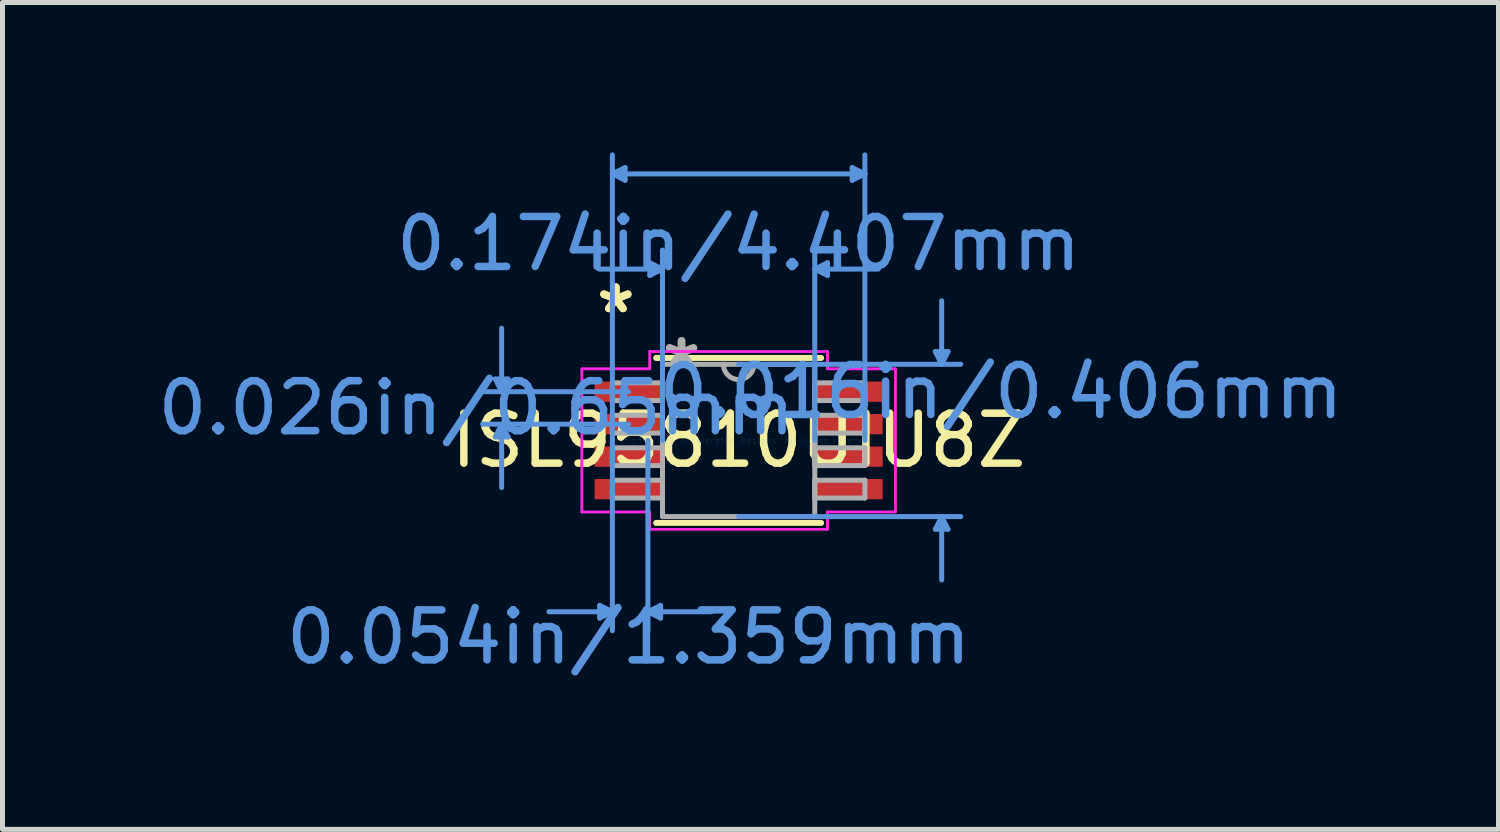
<source format=kicad_pcb>
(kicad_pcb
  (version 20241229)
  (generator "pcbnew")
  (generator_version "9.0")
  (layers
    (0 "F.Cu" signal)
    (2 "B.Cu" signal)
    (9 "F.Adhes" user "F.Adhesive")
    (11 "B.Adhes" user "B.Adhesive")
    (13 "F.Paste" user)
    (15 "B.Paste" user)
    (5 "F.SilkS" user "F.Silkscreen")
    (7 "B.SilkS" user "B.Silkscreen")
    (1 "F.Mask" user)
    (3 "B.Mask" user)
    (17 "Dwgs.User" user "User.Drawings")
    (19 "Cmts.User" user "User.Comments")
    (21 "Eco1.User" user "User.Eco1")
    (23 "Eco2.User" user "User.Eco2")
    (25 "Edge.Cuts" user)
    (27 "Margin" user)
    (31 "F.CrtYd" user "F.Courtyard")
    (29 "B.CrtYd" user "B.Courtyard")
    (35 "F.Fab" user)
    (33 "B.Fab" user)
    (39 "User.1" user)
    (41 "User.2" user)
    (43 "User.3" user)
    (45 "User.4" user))
  (footprint "ISL95810UIU8Z"
    (layer "F.Cu")
    (at 11.734 5.765)
    (property "Reference" "ISL95810UIU8Z" (at 0 0 0) (layer "F.SilkS") (effects (font (size 1 1) (thickness 0.15))))
    (attr through_hole)
    (fp_line (start -1.651 1.651) (end 1.651 1.651) (stroke (width 0.12) (type solid)) (layer "F.SilkS"))
    (fp_line (start 1.651 -1.651) (end -1.651 -1.651) (stroke (width 0.12) (type solid)) (layer "F.SilkS"))
    (fp_line (start -4.87 -1.229) (end -4.616 -1.229) (stroke (width 0.1) (type solid)) (layer "Cmts.User"))
    (fp_line (start -4.87 -0.071) (end -4.616 -0.071) (stroke (width 0.1) (type solid)) (layer "Cmts.User"))
    (fp_line (start -4.743 -0.975) (end -4.87 -1.229) (stroke (width 0.1) (type solid)) (layer "Cmts.User"))
    (fp_line (start -4.743 -0.975) (end -4.743 -2.245) (stroke (width 0.1) (type solid)) (layer "Cmts.User"))
    (fp_line (start -4.743 -0.975) (end -4.616 -1.229) (stroke (width 0.1) (type solid)) (layer "Cmts.User"))
    (fp_line (start -4.743 -0.325) (end -4.87 -0.071) (stroke (width 0.1) (type solid)) (layer "Cmts.User"))
    (fp_line (start -4.743 -0.325) (end -4.743 0.945) (stroke (width 0.1) (type solid)) (layer "Cmts.User"))
    (fp_line (start -4.743 -0.325) (end -4.616 -0.071) (stroke (width 0.1) (type solid)) (layer "Cmts.User"))
    (fp_line (start -2.781 3.302) (end -2.781 3.556) (stroke (width 0.1) (type solid)) (layer "Cmts.User"))
    (fp_line (start -2.527 -5.334) (end -2.273 -5.461) (stroke (width 0.1) (type solid)) (layer "Cmts.User"))
    (fp_line (start -2.527 -5.334) (end -2.273 -5.207) (stroke (width 0.1) (type solid)) (layer "Cmts.User"))
    (fp_line (start -2.527 -5.334) (end 2.527 -5.334) (stroke (width 0.1) (type solid)) (layer "Cmts.User"))
    (fp_line (start -2.527 0) (end -2.527 -5.715) (stroke (width 0.1) (type solid)) (layer "Cmts.User"))
    (fp_line (start -2.527 0) (end -2.527 3.81) (stroke (width 0.1) (type solid)) (layer "Cmts.User"))
    (fp_line (start -2.527 3.429) (end -3.797 3.429) (stroke (width 0.1) (type solid)) (layer "Cmts.User"))
    (fp_line (start -2.527 3.429) (end -2.781 3.302) (stroke (width 0.1) (type solid)) (layer "Cmts.User"))
    (fp_line (start -2.527 3.429) (end -2.781 3.556) (stroke (width 0.1) (type solid)) (layer "Cmts.User"))
    (fp_line (start -2.273 -5.461) (end -2.273 -5.207) (stroke (width 0.1) (type solid)) (layer "Cmts.User"))
    (fp_line (start -2.203 -0.975) (end -5.124 -0.975) (stroke (width 0.1) (type solid)) (layer "Cmts.User"))
    (fp_line (start -2.203 -0.325) (end -5.124 -0.325) (stroke (width 0.1) (type solid)) (layer "Cmts.User"))
    (fp_line (start -1.816 0) (end -1.816 3.81) (stroke (width 0.1) (type solid)) (layer "Cmts.User"))
    (fp_line (start -1.816 3.429) (end -1.562 3.302) (stroke (width 0.1) (type solid)) (layer "Cmts.User"))
    (fp_line (start -1.816 3.429) (end -1.562 3.556) (stroke (width 0.1) (type solid)) (layer "Cmts.User"))
    (fp_line (start -1.816 3.429) (end -0.546 3.429) (stroke (width 0.1) (type solid)) (layer "Cmts.User"))
    (fp_line (start -1.778 -3.556) (end -1.778 -3.302) (stroke (width 0.1) (type solid)) (layer "Cmts.User"))
    (fp_line (start -1.562 3.302) (end -1.562 3.556) (stroke (width 0.1) (type solid)) (layer "Cmts.User"))
    (fp_line (start -1.524 -3.429) (end -2.794 -3.429) (stroke (width 0.1) (type solid)) (layer "Cmts.User"))
    (fp_line (start -1.524 -3.429) (end -1.778 -3.556) (stroke (width 0.1) (type solid)) (layer "Cmts.User"))
    (fp_line (start -1.524 -3.429) (end -1.778 -3.302) (stroke (width 0.1) (type solid)) (layer "Cmts.User"))
    (fp_line (start -1.524 0) (end -1.524 -3.81) (stroke (width 0.1) (type solid)) (layer "Cmts.User"))
    (fp_line (start 0 -1.524) (end 4.445 -1.524) (stroke (width 0.1) (type solid)) (layer "Cmts.User"))
    (fp_line (start 0 1.524) (end 4.445 1.524) (stroke (width 0.1) (type solid)) (layer "Cmts.User"))
    (fp_line (start 1.524 -3.429) (end 1.778 -3.556) (stroke (width 0.1) (type solid)) (layer "Cmts.User"))
    (fp_line (start 1.524 -3.429) (end 1.778 -3.302) (stroke (width 0.1) (type solid)) (layer "Cmts.User"))
    (fp_line (start 1.524 -3.429) (end 2.794 -3.429) (stroke (width 0.1) (type solid)) (layer "Cmts.User"))
    (fp_line (start 1.524 0) (end 1.524 -3.81) (stroke (width 0.1) (type solid)) (layer "Cmts.User"))
    (fp_line (start 1.778 -3.556) (end 1.778 -3.302) (stroke (width 0.1) (type solid)) (layer "Cmts.User"))
    (fp_line (start 2.273 -5.461) (end 2.273 -5.207) (stroke (width 0.1) (type solid)) (layer "Cmts.User"))
    (fp_line (start 2.527 -5.334) (end 2.273 -5.461) (stroke (width 0.1) (type solid)) (layer "Cmts.User"))
    (fp_line (start 2.527 -5.334) (end 2.273 -5.207) (stroke (width 0.1) (type solid)) (layer "Cmts.User"))
    (fp_line (start 2.527 0) (end 2.527 -5.715) (stroke (width 0.1) (type solid)) (layer "Cmts.User"))
    (fp_line (start 3.937 -1.778) (end 4.191 -1.778) (stroke (width 0.1) (type solid)) (layer "Cmts.User"))
    (fp_line (start 3.937 1.778) (end 4.191 1.778) (stroke (width 0.1) (type solid)) (layer "Cmts.User"))
    (fp_line (start 4.064 -1.524) (end 3.937 -1.778) (stroke (width 0.1) (type solid)) (layer "Cmts.User"))
    (fp_line (start 4.064 -1.524) (end 4.064 -2.794) (stroke (width 0.1) (type solid)) (layer "Cmts.User"))
    (fp_line (start 4.064 -1.524) (end 4.191 -1.778) (stroke (width 0.1) (type solid)) (layer "Cmts.User"))
    (fp_line (start 4.064 1.524) (end 3.937 1.778) (stroke (width 0.1) (type solid)) (layer "Cmts.User"))
    (fp_line (start 4.064 1.524) (end 4.064 2.794) (stroke (width 0.1) (type solid)) (layer "Cmts.User"))
    (fp_line (start 4.064 1.524) (end 4.191 1.778) (stroke (width 0.1) (type solid)) (layer "Cmts.User"))
    (fp_line (start -3.137 -1.432) (end -1.778 -1.432) (stroke (width 0.05) (type solid)) (layer "F.CrtYd"))
    (fp_line (start -3.137 -1.432) (end -1.778 -1.432) (stroke (width 0.05) (type solid)) (layer "F.CrtYd"))
    (fp_line (start -3.137 1.432) (end -3.137 -1.432) (stroke (width 0.05) (type solid)) (layer "F.CrtYd"))
    (fp_line (start -3.137 1.432) (end -3.137 -1.432) (stroke (width 0.05) (type solid)) (layer "F.CrtYd"))
    (fp_line (start -3.137 1.432) (end -1.778 1.432) (stroke (width 0.05) (type solid)) (layer "F.CrtYd"))
    (fp_line (start -1.778 -1.778) (end 1.778 -1.778) (stroke (width 0.05) (type solid)) (layer "F.CrtYd"))
    (fp_line (start -1.778 -1.778) (end 1.778 -1.778) (stroke (width 0.05) (type solid)) (layer "F.CrtYd"))
    (fp_line (start -1.778 -1.432) (end -1.778 -1.778) (stroke (width 0.05) (type solid)) (layer "F.CrtYd"))
    (fp_line (start -1.778 -1.432) (end -1.778 -1.778) (stroke (width 0.05) (type solid)) (layer "F.CrtYd"))
    (fp_line (start -1.778 1.432) (end -3.137 1.432) (stroke (width 0.05) (type solid)) (layer "F.CrtYd"))
    (fp_line (start -1.778 1.778) (end -1.778 1.432) (stroke (width 0.05) (type solid)) (layer "F.CrtYd"))
    (fp_line (start -1.778 1.778) (end -1.778 1.432) (stroke (width 0.05) (type solid)) (layer "F.CrtYd"))
    (fp_line (start 1.778 -1.778) (end 1.778 -1.432) (stroke (width 0.05) (type solid)) (layer "F.CrtYd"))
    (fp_line (start 1.778 -1.778) (end 1.778 -1.432) (stroke (width 0.05) (type solid)) (layer "F.CrtYd"))
    (fp_line (start 1.778 -1.432) (end 3.137 -1.432) (stroke (width 0.05) (type solid)) (layer "F.CrtYd"))
    (fp_line (start 1.778 1.432) (end 1.778 1.778) (stroke (width 0.05) (type solid)) (layer "F.CrtYd"))
    (fp_line (start 1.778 1.432) (end 1.778 1.778) (stroke (width 0.05) (type solid)) (layer "F.CrtYd"))
    (fp_line (start 1.778 1.778) (end -1.778 1.778) (stroke (width 0.05) (type solid)) (layer "F.CrtYd"))
    (fp_line (start 1.778 1.778) (end -1.778 1.778) (stroke (width 0.05) (type solid)) (layer "F.CrtYd"))
    (fp_line (start 3.137 -1.432) (end 1.778 -1.432) (stroke (width 0.05) (type solid)) (layer "F.CrtYd"))
    (fp_line (start 3.137 -1.432) (end 3.137 1.432) (stroke (width 0.05) (type solid)) (layer "F.CrtYd"))
    (fp_line (start 3.137 -1.432) (end 3.137 1.432) (stroke (width 0.05) (type solid)) (layer "F.CrtYd"))
    (fp_line (start 3.137 1.432) (end 1.778 1.432) (stroke (width 0.05) (type solid)) (layer "F.CrtYd"))
    (fp_line (start 3.137 1.432) (end 1.778 1.432) (stroke (width 0.05) (type solid)) (layer "F.CrtYd"))
    (fp_line (start -2.527 -1.153) (end -2.527 -0.797) (stroke (width 0.1) (type solid)) (layer "F.Fab"))
    (fp_line (start -2.527 -0.797) (end -1.524 -0.797) (stroke (width 0.1) (type solid)) (layer "F.Fab"))
    (fp_line (start -2.527 -0.503) (end -2.527 -0.147) (stroke (width 0.1) (type solid)) (layer "F.Fab"))
    (fp_line (start -2.527 -0.147) (end -1.524 -0.147) (stroke (width 0.1) (type solid)) (layer "F.Fab"))
    (fp_line (start -2.527 0.147) (end -2.527 0.503) (stroke (width 0.1) (type solid)) (layer "F.Fab"))
    (fp_line (start -2.527 0.503) (end -1.524 0.503) (stroke (width 0.1) (type solid)) (layer "F.Fab"))
    (fp_line (start -2.527 0.797) (end -2.527 1.153) (stroke (width 0.1) (type solid)) (layer "F.Fab"))
    (fp_line (start -2.527 1.153) (end -1.524 1.153) (stroke (width 0.1) (type solid)) (layer "F.Fab"))
    (fp_line (start -1.524 -1.524) (end -1.524 1.524) (stroke (width 0.1) (type solid)) (layer "F.Fab"))
    (fp_line (start -1.524 -1.153) (end -2.527 -1.153) (stroke (width 0.1) (type solid)) (layer "F.Fab"))
    (fp_line (start -1.524 -0.797) (end -1.524 -1.153) (stroke (width 0.1) (type solid)) (layer "F.Fab"))
    (fp_line (start -1.524 -0.503) (end -2.527 -0.503) (stroke (width 0.1) (type solid)) (layer "F.Fab"))
    (fp_line (start -1.524 -0.147) (end -1.524 -0.503) (stroke (width 0.1) (type solid)) (layer "F.Fab"))
    (fp_line (start -1.524 0.147) (end -2.527 0.147) (stroke (width 0.1) (type solid)) (layer "F.Fab"))
    (fp_line (start -1.524 0.503) (end -1.524 0.147) (stroke (width 0.1) (type solid)) (layer "F.Fab"))
    (fp_line (start -1.524 0.797) (end -2.527 0.797) (stroke (width 0.1) (type solid)) (layer "F.Fab"))
    (fp_line (start -1.524 1.153) (end -1.524 0.797) (stroke (width 0.1) (type solid)) (layer "F.Fab"))
    (fp_line (start -1.524 1.524) (end 1.524 1.524) (stroke (width 0.1) (type solid)) (layer "F.Fab"))
    (fp_line (start 1.524 -1.524) (end -1.524 -1.524) (stroke (width 0.1) (type solid)) (layer "F.Fab"))
    (fp_line (start 1.524 -1.153) (end 1.524 -0.797) (stroke (width 0.1) (type solid)) (layer "F.Fab"))
    (fp_line (start 1.524 -0.797) (end 2.527 -0.797) (stroke (width 0.1) (type solid)) (layer "F.Fab"))
    (fp_line (start 1.524 -0.503) (end 1.524 -0.147) (stroke (width 0.1) (type solid)) (layer "F.Fab"))
    (fp_line (start 1.524 -0.147) (end 2.527 -0.147) (stroke (width 0.1) (type solid)) (layer "F.Fab"))
    (fp_line (start 1.524 0.147) (end 1.524 0.503) (stroke (width 0.1) (type solid)) (layer "F.Fab"))
    (fp_line (start 1.524 0.503) (end 2.527 0.503) (stroke (width 0.1) (type solid)) (layer "F.Fab"))
    (fp_line (start 1.524 0.797) (end 1.524 1.153) (stroke (width 0.1) (type solid)) (layer "F.Fab"))
    (fp_line (start 1.524 1.153) (end 2.527 1.153) (stroke (width 0.1) (type solid)) (layer "F.Fab"))
    (fp_line (start 1.524 1.524) (end 1.524 -1.524) (stroke (width 0.1) (type solid)) (layer "F.Fab"))
    (fp_line (start 2.527 -1.153) (end 1.524 -1.153) (stroke (width 0.1) (type solid)) (layer "F.Fab"))
    (fp_line (start 2.527 -0.797) (end 2.527 -1.153) (stroke (width 0.1) (type solid)) (layer "F.Fab"))
    (fp_line (start 2.527 -0.503) (end 1.524 -0.503) (stroke (width 0.1) (type solid)) (layer "F.Fab"))
    (fp_line (start 2.527 -0.147) (end 2.527 -0.503) (stroke (width 0.1) (type solid)) (layer "F.Fab"))
    (fp_line (start 2.527 0.147) (end 1.524 0.147) (stroke (width 0.1) (type solid)) (layer "F.Fab"))
    (fp_line (start 2.527 0.503) (end 2.527 0.147) (stroke (width 0.1) (type solid)) (layer "F.Fab"))
    (fp_line (start 2.527 0.797) (end 1.524 0.797) (stroke (width 0.1) (type solid)) (layer "F.Fab"))
    (fp_line (start 2.527 1.153) (end 2.527 0.797) (stroke (width 0.1) (type solid)) (layer "F.Fab"))
    (fp_arc (start 0.3048 -1.524) (mid 0 -1.2192) (end -0.3048 -1.524) (stroke (width 0.1) (type solid)) (layer "F.Fab"))
    (fp_text user "*" (at -2.457 -2.524 0) (layer "F.SilkS") (effects (font (size 1 1) (thickness 0.15))))
    (fp_text user "*" (at -2.457 -2.524 0) (layer "F.SilkS") (effects (font (size 1 1) (thickness 0.15))))
    (fp_text user "Copyright 2021 Accelerated Designs. All rights reserved." (at 0 0 0) (layer "Cmts.User") (effects (font (size 0.127 0.127) (thickness 0.002))))
    (fp_text user "0.174in/4.407mm" (at 0 -3.937 0) (layer "Cmts.User") (effects (font (size 1 1) (thickness 0.15))))
    (fp_text user "0.054in/1.359mm" (at -2.203 3.937 0) (layer "Cmts.User") (effects (font (size 1 1) (thickness 0.15))))
    (fp_text user "0.016in/0.406mm" (at 5.251 -0.975 0) (layer "Cmts.User") (effects (font (size 1 1) (thickness 0.15))))
    (fp_text user "0.026in/0.65mm" (at -5.251 -0.65 0) (layer "Cmts.User") (effects (font (size 1 1) (thickness 0.15))))
    (fp_text user "*" (at -1.143 -1.448 0) (layer "F.Fab") (effects (font (size 1 1) (thickness 0.15))))
    (fp_text user "*" (at -1.143 -1.448 0) (layer "F.Fab") (effects (font (size 1 1) (thickness 0.15))))
    (pad "1" smd rect (at -2.203 -0.975) (size 1.359 0.406) (layers "F.Cu" "F.Mask" "F.Paste"))
    (pad "2" smd rect (at -2.203 -0.325) (size 1.359 0.406) (layers "F.Cu" "F.Mask" "F.Paste"))
    (pad "3" smd rect (at -2.203 0.325) (size 1.359 0.406) (layers "F.Cu" "F.Mask" "F.Paste"))
    (pad "4" smd rect (at -2.203 0.975) (size 1.359 0.406) (layers "F.Cu" "F.Mask" "F.Paste"))
    (pad "5" smd rect (at 2.203 0.975) (size 1.359 0.406) (layers "F.Cu" "F.Mask" "F.Paste"))
    (pad "6" smd rect (at 2.203 0.325) (size 1.359 0.406) (layers "F.Cu" "F.Mask" "F.Paste"))
    (pad "7" smd rect (at 2.203 -0.325) (size 1.359 0.406) (layers "F.Cu" "F.Mask" "F.Paste"))
    (pad "8" smd rect (at 2.203 -0.975) (size 1.359 0.406) (layers "F.Cu" "F.Mask" "F.Paste")))
  (gr_rect
    (start -3 -3)
    (end 26.943 13.55)
    (stroke (width 0.1) (type default))
    (fill no)
    (layer "Edge.Cuts")))
</source>
